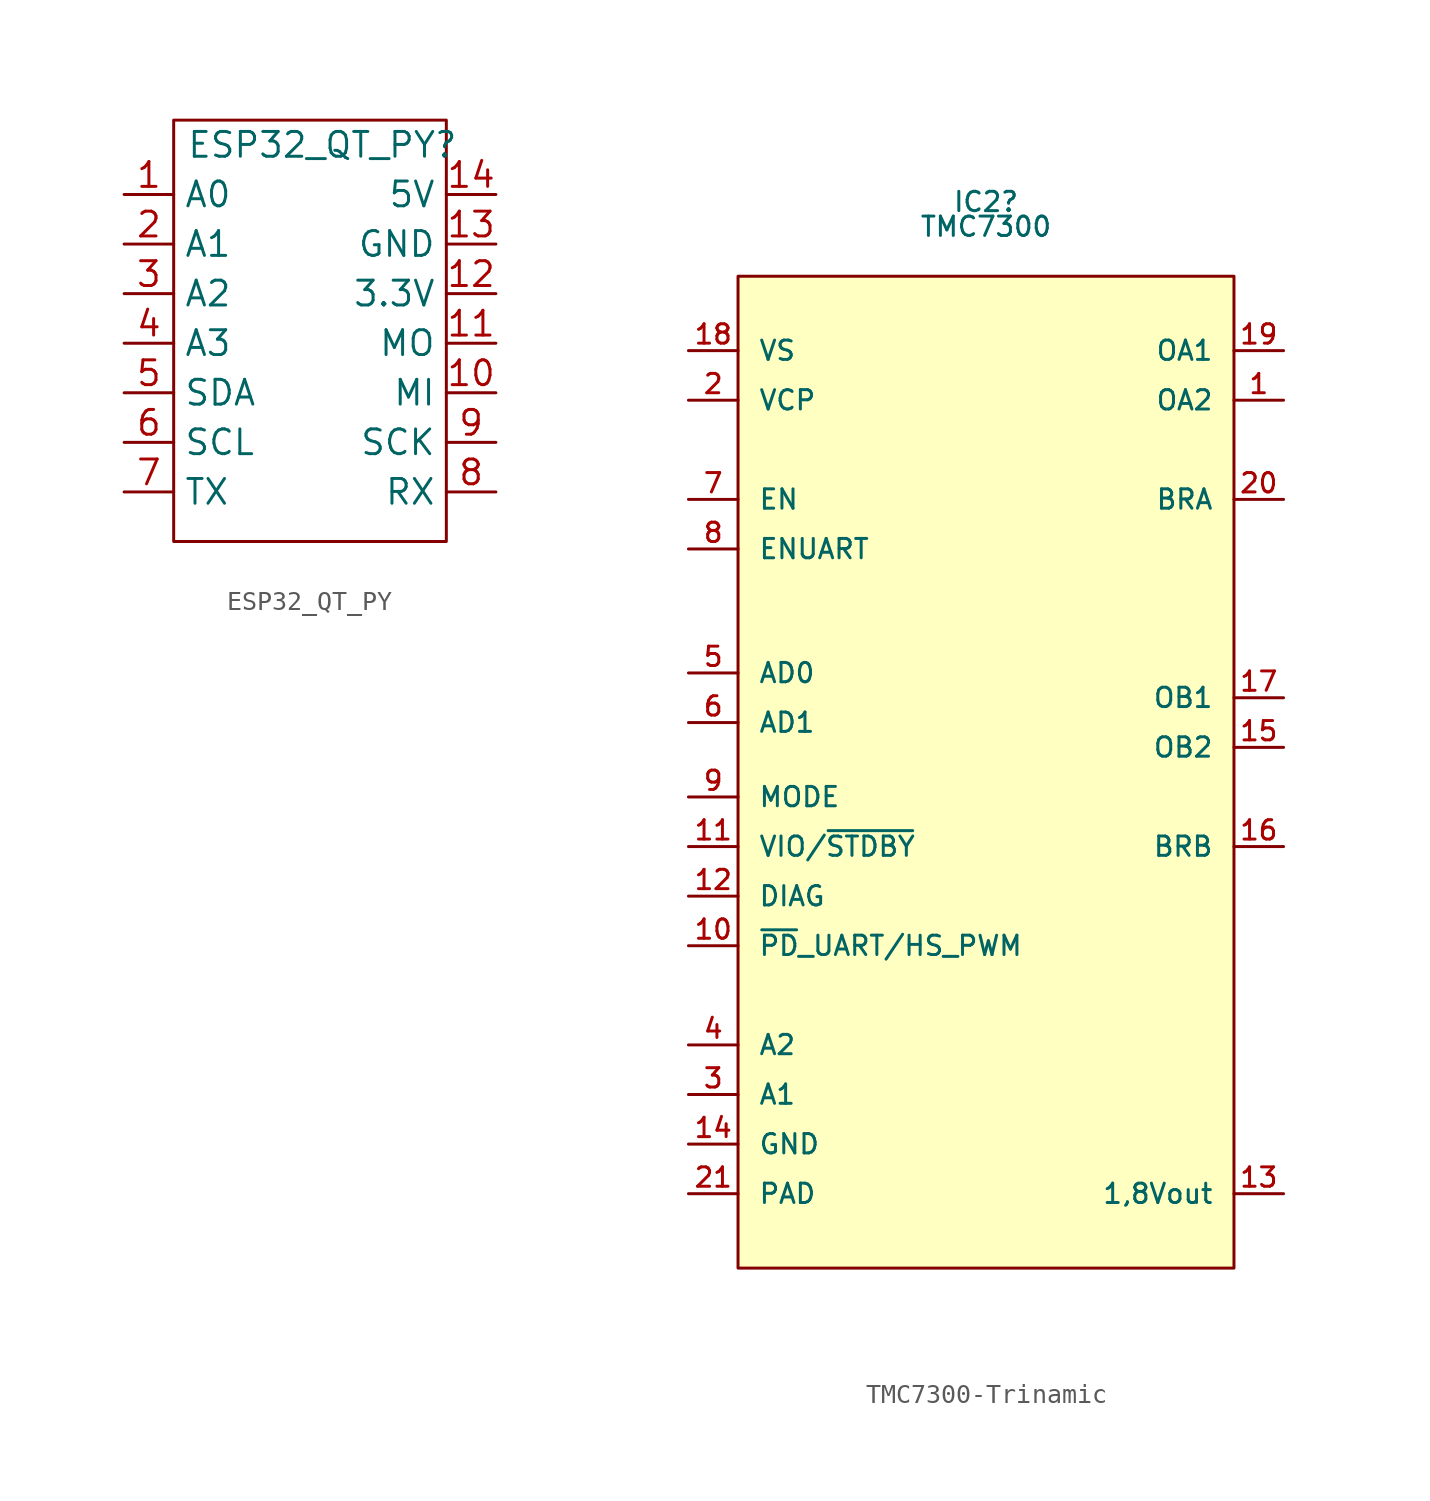
<source format=kicad_sym>
(kicad_symbol_lib
  (version 20220914)
  (generator kicad_symbol_editor)
  (symbol "ESP32_QT_PY"
    (property "Reference" "ESP32_QT_PY"
      (at 0 10.16 0)
      (effects (font (size 1.27 1.27))))
    (property "Value" ""
      (at 0 0 0)
      (effects (font (size 1.27 1.27))))
    (symbol "ESP32_QT_PY_0_1"
      (rectangle (start -7.62 11.43) (end 6.35 -10.16) (stroke (width 0) (type default)) (fill (type none))))
    (symbol "ESP32_QT_PY_1_1"
      (pin tri_state line (at -10.16 7.62 0) (length 2.54) (name "A0" (effects (font (size 1.27 1.27)))) (number "1" (effects (font (size 1.27 1.27)))))
      (pin tri_state line (at 8.89 -2.54 180) (length 2.54) (name "MI" (effects (font (size 1.27 1.27)))) (number "10" (effects (font (size 1.27 1.27)))))
      (pin tri_state line (at 8.89 0 180) (length 2.54) (name "MO" (effects (font (size 1.27 1.27)))) (number "11" (effects (font (size 1.27 1.27)))))
      (pin power_out line (at 8.89 2.54 180) (length 2.54) (name "3.3V" (effects (font (size 1.27 1.27)))) (number "12" (effects (font (size 1.27 1.27)))))
      (pin power_in line (at 8.89 5.08 180) (length 2.54) (name "GND" (effects (font (size 1.27 1.27)))) (number "13" (effects (font (size 1.27 1.27)))))
      (pin power_in line (at 8.89 7.62 180) (length 2.54) (name "5V" (effects (font (size 1.27 1.27)))) (number "14" (effects (font (size 1.27 1.27)))))
      (pin tri_state line (at -10.16 5.08 0) (length 2.54) (name "A1" (effects (font (size 1.27 1.27)))) (number "2" (effects (font (size 1.27 1.27)))))
      (pin tri_state line (at -10.16 2.54 0) (length 2.54) (name "A2" (effects (font (size 1.27 1.27)))) (number "3" (effects (font (size 1.27 1.27)))))
      (pin tri_state line (at -10.16 0 0) (length 2.54) (name "A3" (effects (font (size 1.27 1.27)))) (number "4" (effects (font (size 1.27 1.27)))))
      (pin tri_state line (at -10.16 -2.54 0) (length 2.54) (name "SDA" (effects (font (size 1.27 1.27)))) (number "5" (effects (font (size 1.27 1.27)))))
      (pin tri_state line (at -10.16 -5.08 0) (length 2.54) (name "SCL" (effects (font (size 1.27 1.27)))) (number "6" (effects (font (size 1.27 1.27)))))
      (pin tri_state line (at -10.16 -7.62 0) (length 2.54) (name "TX" (effects (font (size 1.27 1.27)))) (number "7" (effects (font (size 1.27 1.27)))))
      (pin tri_state line (at 8.89 -7.62 180) (length 2.54) (name "RX" (effects (font (size 1.27 1.27)))) (number "8" (effects (font (size 1.27 1.27)))))
      (pin tri_state line (at 8.89 -5.08 180) (length 2.54) (name "SCK" (effects (font (size 1.27 1.27)))) (number "9" (effects (font (size 1.27 1.27)))))))
  (symbol "TMC7300-Trinamic"
    (pin_names
      (offset 1.016))
    (property "Reference" "IC2"
      (at 0 29.21 0)
      (effects (font (size 0.991 0.991))))
    (property "Value" "TMC7300"
      (at 0 27.94 0)
      (effects (font (size 0.991 0.991))))
    (symbol "TMC7300-Trinamic_0_0"
      (pin unspecified line (at 15.24 19.05 180) (length 2.54) (name "OA2" (effects (font (size 0.991 0.991)))) (number "1" (effects (font (size 0.991 0.991)))))
      (pin unspecified line (at -15.24 -8.89 0) (length 2.54) (name "~{PD}_UART/HS_PWM" (effects (font (size 0.991 0.991)))) (number "10" (effects (font (size 0.991 0.991)))))
      (pin unspecified line (at -15.24 -3.81 0) (length 2.54) (name "VIO/~{STDBY}" (effects (font (size 0.991 0.991)))) (number "11" (effects (font (size 0.991 0.991)))))
      (pin unspecified line (at -15.24 -6.35 0) (length 2.54) (name "DIAG" (effects (font (size 0.991 0.991)))) (number "12" (effects (font (size 0.991 0.991)))))
      (pin unspecified line (at 15.24 -21.59 180) (length 2.54) (name "1,8Vout" (effects (font (size 0.991 0.991)))) (number "13" (effects (font (size 0.991 0.991)))))
      (pin unspecified line (at -15.24 -19.05 0) (length 2.54) (name "GND" (effects (font (size 0.991 0.991)))) (number "14" (effects (font (size 0.991 0.991)))))
      (pin unspecified line (at 15.24 1.27 180) (length 2.54) (name "OB2" (effects (font (size 0.991 0.991)))) (number "15" (effects (font (size 0.991 0.991)))))
      (pin unspecified line (at 15.24 -3.81 180) (length 2.54) (name "BRB" (effects (font (size 0.991 0.991)))) (number "16" (effects (font (size 0.991 0.991)))))
      (pin unspecified line (at 15.24 3.81 180) (length 2.54) (name "OB1" (effects (font (size 0.991 0.991)))) (number "17" (effects (font (size 0.991 0.991)))))
      (pin unspecified line (at -15.24 21.59 0) (length 2.54) (name "VS" (effects (font (size 0.991 0.991)))) (number "18" (effects (font (size 0.991 0.991)))))
      (pin unspecified line (at 15.24 21.59 180) (length 2.54) (name "OA1" (effects (font (size 0.991 0.991)))) (number "19" (effects (font (size 0.991 0.991)))))
      (pin unspecified line (at -15.24 19.05 0) (length 2.54) (name "VCP" (effects (font (size 0.991 0.991)))) (number "2" (effects (font (size 0.991 0.991)))))
      (pin unspecified line (at 15.24 13.97 180) (length 2.54) (name "BRA" (effects (font (size 0.991 0.991)))) (number "20" (effects (font (size 0.991 0.991)))))
      (pin unspecified line (at -15.24 -16.51 0) (length 2.54) (name "A1" (effects (font (size 0.991 0.991)))) (number "3" (effects (font (size 0.991 0.991)))))
      (pin unspecified line (at -15.24 -13.97 0) (length 2.54) (name "A2" (effects (font (size 0.991 0.991)))) (number "4" (effects (font (size 0.991 0.991)))))
      (pin unspecified line (at -15.24 5.08 0) (length 2.54) (name "AD0" (effects (font (size 0.991 0.991)))) (number "5" (effects (font (size 0.991 0.991)))))
      (pin unspecified line (at -15.24 2.54 0) (length 2.54) (name "AD1" (effects (font (size 0.991 0.991)))) (number "6" (effects (font (size 0.991 0.991)))))
      (pin unspecified line (at -15.24 13.97 0) (length 2.54) (name "EN" (effects (font (size 0.991 0.991)))) (number "7" (effects (font (size 0.991 0.991)))))
      (pin unspecified line (at -15.24 11.43 0) (length 2.54) (name "ENUART" (effects (font (size 0.991 0.991)))) (number "8" (effects (font (size 0.991 0.991)))))
      (pin unspecified line (at -15.24 -1.27 0) (length 2.54) (name "MODE" (effects (font (size 0.991 0.991)))) (number "9" (effects (font (size 0.991 0.991))))))
    (symbol "TMC7300-Trinamic_0_1"
      (rectangle (start -12.7 25.4) (end 12.7 -25.4) (stroke (width 0) (type solid)) (fill (type background))))
    (symbol "TMC7300-Trinamic_1_0"
      (pin unspecified line (at -15.24 -21.59 0) (length 2.54) (name "PAD" (effects (font (size 0.991 0.991)))) (number "21" (effects (font (size 0.991 0.991))))))))
</source>
